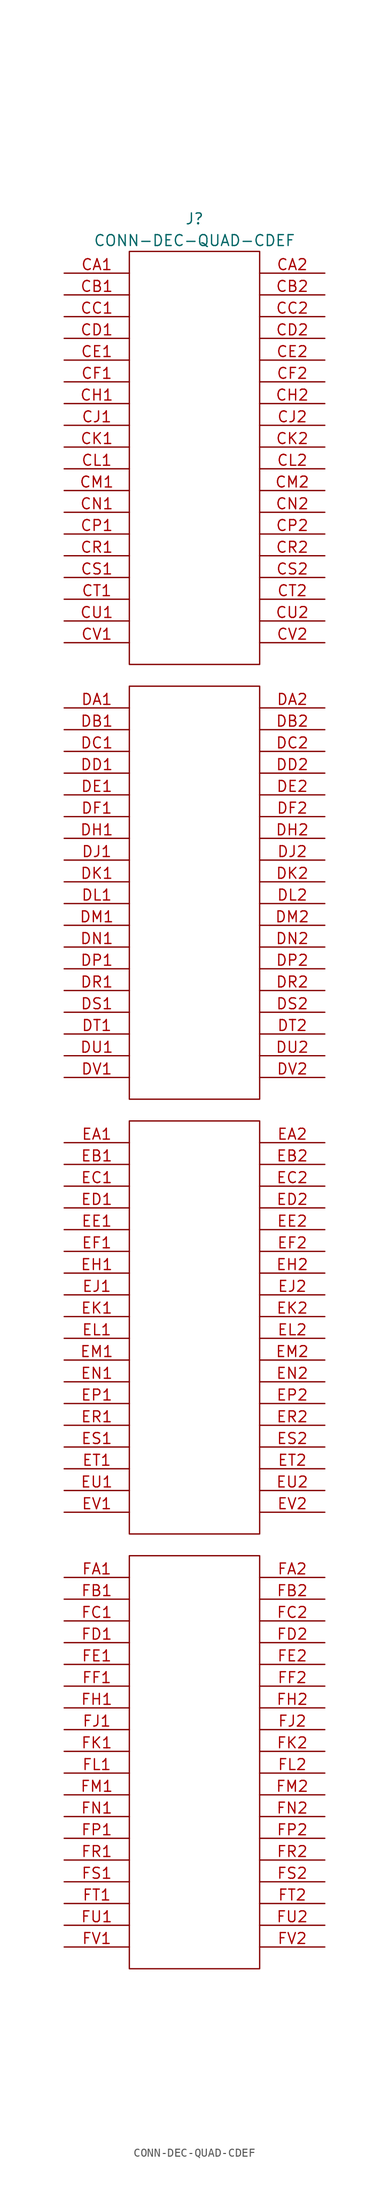
<source format=kicad_sym>
(kicad_symbol_lib
  (version 20231120)
  (generator "kicad_symbol_editor")
  (generator_version "8.0")
  (symbol "CONN-DEC-QUAD-CDEF"
    (pin_names
      (offset 1.016) hide)
    (property "Reference" "J"
      (at 0 26.67 0)
      (effects (font (size 1.27 1.27))))
    (property "Value" "CONN-DEC-QUAD-CDEF"
      (at 0 24.13 0)
      (effects (font (size 1.27 1.27))))
    (property "Footprint" ""
      (at -5.08 24.13 0)
      (effects (font (size 1.524 1.524))))
    (property "Datasheet" ""
      (at -5.08 24.13 0)
      (effects (font (size 1.524 1.524))))
    (symbol "CONN-DEC-QUAD-CDEF_0_0"
      (rectangle (start -7.62 -177.8) (end 7.62 -129.54) (stroke (width 0) (type solid)) (fill (type none)))
      (rectangle (start -7.62 -127) (end 7.62 -78.74) (stroke (width 0) (type solid)) (fill (type none)))
      (rectangle (start -7.62 -76.2) (end 7.62 -27.94) (stroke (width 0) (type solid)) (fill (type none)))
      (rectangle (start -7.62 -25.4) (end 7.62 22.86) (stroke (width 0) (type solid)) (fill (type none))))
    (symbol "CONN-DEC-QUAD-CDEF_1_1"
      (pin passive line (at -15.24 20.32 0) (length 7.62) (name "~" (effects (font (size 1.27 1.27)))) (number "CA1" (effects (font (size 1.27 1.27)))))
      (pin passive line (at 15.24 20.32 180) (length 7.62) (name "~" (effects (font (size 1.27 1.27)))) (number "CA2" (effects (font (size 1.27 1.27)))))
      (pin passive line (at -15.24 17.78 0) (length 7.62) (name "~" (effects (font (size 1.27 1.27)))) (number "CB1" (effects (font (size 1.27 1.27)))))
      (pin passive line (at 15.24 17.78 180) (length 7.62) (name "~" (effects (font (size 1.27 1.27)))) (number "CB2" (effects (font (size 1.27 1.27)))))
      (pin passive line (at -15.24 15.24 0) (length 7.62) (name "~" (effects (font (size 1.27 1.27)))) (number "CC1" (effects (font (size 1.27 1.27)))))
      (pin passive line (at 15.24 15.24 180) (length 7.62) (name "~" (effects (font (size 1.27 1.27)))) (number "CC2" (effects (font (size 1.27 1.27)))))
      (pin passive line (at -15.24 12.7 0) (length 7.62) (name "~" (effects (font (size 1.27 1.27)))) (number "CD1" (effects (font (size 1.27 1.27)))))
      (pin passive line (at 15.24 12.7 180) (length 7.62) (name "~" (effects (font (size 1.27 1.27)))) (number "CD2" (effects (font (size 1.27 1.27)))))
      (pin passive line (at -15.24 10.16 0) (length 7.62) (name "~" (effects (font (size 1.27 1.27)))) (number "CE1" (effects (font (size 1.27 1.27)))))
      (pin passive line (at 15.24 10.16 180) (length 7.62) (name "~" (effects (font (size 1.27 1.27)))) (number "CE2" (effects (font (size 1.27 1.27)))))
      (pin passive line (at -15.24 7.62 0) (length 7.62) (name "~" (effects (font (size 1.27 1.27)))) (number "CF1" (effects (font (size 1.27 1.27)))))
      (pin passive line (at 15.24 7.62 180) (length 7.62) (name "~" (effects (font (size 1.27 1.27)))) (number "CF2" (effects (font (size 1.27 1.27)))))
      (pin passive line (at -15.24 5.08 0) (length 7.62) (name "~" (effects (font (size 1.27 1.27)))) (number "CH1" (effects (font (size 1.27 1.27)))))
      (pin passive line (at 15.24 5.08 180) (length 7.62) (name "~" (effects (font (size 1.27 1.27)))) (number "CH2" (effects (font (size 1.27 1.27)))))
      (pin passive line (at -15.24 2.54 0) (length 7.62) (name "~" (effects (font (size 1.27 1.27)))) (number "CJ1" (effects (font (size 1.27 1.27)))))
      (pin input line (at 15.24 2.54 180) (length 7.62) (name "~" (effects (font (size 1.27 1.27)))) (number "CJ2" (effects (font (size 1.27 1.27)))))
      (pin passive line (at -15.24 0 0) (length 7.62) (name "~" (effects (font (size 1.27 1.27)))) (number "CK1" (effects (font (size 1.27 1.27)))))
      (pin passive line (at 15.24 0 180) (length 7.62) (name "~" (effects (font (size 1.27 1.27)))) (number "CK2" (effects (font (size 1.27 1.27)))))
      (pin passive line (at -15.24 -2.54 0) (length 7.62) (name "~" (effects (font (size 1.27 1.27)))) (number "CL1" (effects (font (size 1.27 1.27)))))
      (pin passive line (at 15.24 -2.54 180) (length 7.62) (name "~" (effects (font (size 1.27 1.27)))) (number "CL2" (effects (font (size 1.27 1.27)))))
      (pin passive line (at -15.24 -5.08 0) (length 7.62) (name "~" (effects (font (size 1.27 1.27)))) (number "CM1" (effects (font (size 1.27 1.27)))))
      (pin passive line (at 15.24 -5.08 180) (length 7.62) (name "~" (effects (font (size 1.27 1.27)))) (number "CM2" (effects (font (size 1.27 1.27)))))
      (pin passive line (at -15.24 -7.62 0) (length 7.62) (name "~" (effects (font (size 1.27 1.27)))) (number "CN1" (effects (font (size 1.27 1.27)))))
      (pin passive line (at 15.24 -7.62 180) (length 7.62) (name "~" (effects (font (size 1.27 1.27)))) (number "CN2" (effects (font (size 1.27 1.27)))))
      (pin passive line (at -15.24 -10.16 0) (length 7.62) (name "~" (effects (font (size 1.27 1.27)))) (number "CP1" (effects (font (size 1.27 1.27)))))
      (pin passive line (at 15.24 -10.16 180) (length 7.62) (name "~" (effects (font (size 1.27 1.27)))) (number "CP2" (effects (font (size 1.27 1.27)))))
      (pin passive line (at -15.24 -12.7 0) (length 7.62) (name "~" (effects (font (size 1.27 1.27)))) (number "CR1" (effects (font (size 1.27 1.27)))))
      (pin passive line (at 15.24 -12.7 180) (length 7.62) (name "~" (effects (font (size 1.27 1.27)))) (number "CR2" (effects (font (size 1.27 1.27)))))
      (pin passive line (at -15.24 -15.24 0) (length 7.62) (name "~" (effects (font (size 1.27 1.27)))) (number "CS1" (effects (font (size 1.27 1.27)))))
      (pin passive line (at 15.24 -15.24 180) (length 7.62) (name "~" (effects (font (size 1.27 1.27)))) (number "CS2" (effects (font (size 1.27 1.27)))))
      (pin passive line (at -15.24 -17.78 0) (length 7.62) (name "~" (effects (font (size 1.27 1.27)))) (number "CT1" (effects (font (size 1.27 1.27)))))
      (pin passive line (at 15.24 -17.78 180) (length 7.62) (name "~" (effects (font (size 1.27 1.27)))) (number "CT2" (effects (font (size 1.27 1.27)))))
      (pin passive line (at -15.24 -20.32 0) (length 7.62) (name "~" (effects (font (size 1.27 1.27)))) (number "CU1" (effects (font (size 1.27 1.27)))))
      (pin passive line (at 15.24 -20.32 180) (length 7.62) (name "~" (effects (font (size 1.27 1.27)))) (number "CU2" (effects (font (size 1.27 1.27)))))
      (pin passive line (at -15.24 -22.86 0) (length 7.62) (name "~" (effects (font (size 1.27 1.27)))) (number "CV1" (effects (font (size 1.27 1.27)))))
      (pin passive line (at 15.24 -22.86 180) (length 7.62) (name "~" (effects (font (size 1.27 1.27)))) (number "CV2" (effects (font (size 1.27 1.27)))))
      (pin passive line (at -15.24 -30.48 0) (length 7.62) (name "~" (effects (font (size 1.27 1.27)))) (number "DA1" (effects (font (size 1.27 1.27)))))
      (pin passive line (at 15.24 -30.48 180) (length 7.62) (name "~" (effects (font (size 1.27 1.27)))) (number "DA2" (effects (font (size 1.27 1.27)))))
      (pin passive line (at -15.24 -33.02 0) (length 7.62) (name "~" (effects (font (size 1.27 1.27)))) (number "DB1" (effects (font (size 1.27 1.27)))))
      (pin passive line (at 15.24 -33.02 180) (length 7.62) (name "~" (effects (font (size 1.27 1.27)))) (number "DB2" (effects (font (size 1.27 1.27)))))
      (pin passive line (at -15.24 -35.56 0) (length 7.62) (name "~" (effects (font (size 1.27 1.27)))) (number "DC1" (effects (font (size 1.27 1.27)))))
      (pin passive line (at 15.24 -35.56 180) (length 7.62) (name "~" (effects (font (size 1.27 1.27)))) (number "DC2" (effects (font (size 1.27 1.27)))))
      (pin passive line (at -15.24 -38.1 0) (length 7.62) (name "~" (effects (font (size 1.27 1.27)))) (number "DD1" (effects (font (size 1.27 1.27)))))
      (pin passive line (at 15.24 -38.1 180) (length 7.62) (name "~" (effects (font (size 1.27 1.27)))) (number "DD2" (effects (font (size 1.27 1.27)))))
      (pin passive line (at -15.24 -40.64 0) (length 7.62) (name "~" (effects (font (size 1.27 1.27)))) (number "DE1" (effects (font (size 1.27 1.27)))))
      (pin passive line (at 15.24 -40.64 180) (length 7.62) (name "~" (effects (font (size 1.27 1.27)))) (number "DE2" (effects (font (size 1.27 1.27)))))
      (pin passive line (at -15.24 -43.18 0) (length 7.62) (name "~" (effects (font (size 1.27 1.27)))) (number "DF1" (effects (font (size 1.27 1.27)))))
      (pin passive line (at 15.24 -43.18 180) (length 7.62) (name "~" (effects (font (size 1.27 1.27)))) (number "DF2" (effects (font (size 1.27 1.27)))))
      (pin passive line (at -15.24 -45.72 0) (length 7.62) (name "~" (effects (font (size 1.27 1.27)))) (number "DH1" (effects (font (size 1.27 1.27)))))
      (pin passive line (at 15.24 -45.72 180) (length 7.62) (name "~" (effects (font (size 1.27 1.27)))) (number "DH2" (effects (font (size 1.27 1.27)))))
      (pin passive line (at -15.24 -48.26 0) (length 7.62) (name "~" (effects (font (size 1.27 1.27)))) (number "DJ1" (effects (font (size 1.27 1.27)))))
      (pin passive line (at 15.24 -48.26 180) (length 7.62) (name "~" (effects (font (size 1.27 1.27)))) (number "DJ2" (effects (font (size 1.27 1.27)))))
      (pin passive line (at -15.24 -50.8 0) (length 7.62) (name "~" (effects (font (size 1.27 1.27)))) (number "DK1" (effects (font (size 1.27 1.27)))))
      (pin passive line (at 15.24 -50.8 180) (length 7.62) (name "~" (effects (font (size 1.27 1.27)))) (number "DK2" (effects (font (size 1.27 1.27)))))
      (pin passive line (at -15.24 -53.34 0) (length 7.62) (name "~" (effects (font (size 1.27 1.27)))) (number "DL1" (effects (font (size 1.27 1.27)))))
      (pin passive line (at 15.24 -53.34 180) (length 7.62) (name "~" (effects (font (size 1.27 1.27)))) (number "DL2" (effects (font (size 1.27 1.27)))))
      (pin passive line (at -15.24 -55.88 0) (length 7.62) (name "~" (effects (font (size 1.27 1.27)))) (number "DM1" (effects (font (size 1.27 1.27)))))
      (pin passive line (at 15.24 -55.88 180) (length 7.62) (name "~" (effects (font (size 1.27 1.27)))) (number "DM2" (effects (font (size 1.27 1.27)))))
      (pin passive line (at -15.24 -58.42 0) (length 7.62) (name "~" (effects (font (size 1.27 1.27)))) (number "DN1" (effects (font (size 1.27 1.27)))))
      (pin passive line (at 15.24 -58.42 180) (length 7.62) (name "~" (effects (font (size 1.27 1.27)))) (number "DN2" (effects (font (size 1.27 1.27)))))
      (pin passive line (at -15.24 -60.96 0) (length 7.62) (name "~" (effects (font (size 1.27 1.27)))) (number "DP1" (effects (font (size 1.27 1.27)))))
      (pin passive line (at 15.24 -60.96 180) (length 7.62) (name "~" (effects (font (size 1.27 1.27)))) (number "DP2" (effects (font (size 1.27 1.27)))))
      (pin passive line (at -15.24 -63.5 0) (length 7.62) (name "~" (effects (font (size 1.27 1.27)))) (number "DR1" (effects (font (size 1.27 1.27)))))
      (pin passive line (at 15.24 -63.5 180) (length 7.62) (name "~" (effects (font (size 1.27 1.27)))) (number "DR2" (effects (font (size 1.27 1.27)))))
      (pin passive line (at -15.24 -66.04 0) (length 7.62) (name "~" (effects (font (size 1.27 1.27)))) (number "DS1" (effects (font (size 1.27 1.27)))))
      (pin passive line (at 15.24 -66.04 180) (length 7.62) (name "~" (effects (font (size 1.27 1.27)))) (number "DS2" (effects (font (size 1.27 1.27)))))
      (pin passive line (at -15.24 -68.58 0) (length 7.62) (name "~" (effects (font (size 1.27 1.27)))) (number "DT1" (effects (font (size 1.27 1.27)))))
      (pin passive line (at 15.24 -68.58 180) (length 7.62) (name "~" (effects (font (size 1.27 1.27)))) (number "DT2" (effects (font (size 1.27 1.27)))))
      (pin passive line (at -15.24 -71.12 0) (length 7.62) (name "~" (effects (font (size 1.27 1.27)))) (number "DU1" (effects (font (size 1.27 1.27)))))
      (pin passive line (at 15.24 -71.12 180) (length 7.62) (name "~" (effects (font (size 1.27 1.27)))) (number "DU2" (effects (font (size 1.27 1.27)))))
      (pin passive line (at -15.24 -73.66 0) (length 7.62) (name "~" (effects (font (size 1.27 1.27)))) (number "DV1" (effects (font (size 1.27 1.27)))))
      (pin open_collector line (at 15.24 -73.66 180) (length 7.62) (name "~" (effects (font (size 1.27 1.27)))) (number "DV2" (effects (font (size 1.27 1.27)))))
      (pin passive line (at -15.24 -81.28 0) (length 7.62) (name "~" (effects (font (size 1.27 1.27)))) (number "EA1" (effects (font (size 1.27 1.27)))))
      (pin passive line (at 15.24 -81.28 180) (length 7.62) (name "~" (effects (font (size 1.27 1.27)))) (number "EA2" (effects (font (size 1.27 1.27)))))
      (pin passive line (at -15.24 -83.82 0) (length 7.62) (name "~" (effects (font (size 1.27 1.27)))) (number "EB1" (effects (font (size 1.27 1.27)))))
      (pin passive line (at 15.24 -83.82 180) (length 7.62) (name "~" (effects (font (size 1.27 1.27)))) (number "EB2" (effects (font (size 1.27 1.27)))))
      (pin passive line (at -15.24 -86.36 0) (length 7.62) (name "~" (effects (font (size 1.27 1.27)))) (number "EC1" (effects (font (size 1.27 1.27)))))
      (pin passive line (at 15.24 -86.36 180) (length 7.62) (name "~" (effects (font (size 1.27 1.27)))) (number "EC2" (effects (font (size 1.27 1.27)))))
      (pin passive line (at -15.24 -88.9 0) (length 7.62) (name "~" (effects (font (size 1.27 1.27)))) (number "ED1" (effects (font (size 1.27 1.27)))))
      (pin passive line (at 15.24 -88.9 180) (length 7.62) (name "~" (effects (font (size 1.27 1.27)))) (number "ED2" (effects (font (size 1.27 1.27)))))
      (pin passive line (at -15.24 -91.44 0) (length 7.62) (name "~" (effects (font (size 1.27 1.27)))) (number "EE1" (effects (font (size 1.27 1.27)))))
      (pin passive line (at 15.24 -91.44 180) (length 7.62) (name "~" (effects (font (size 1.27 1.27)))) (number "EE2" (effects (font (size 1.27 1.27)))))
      (pin passive line (at -15.24 -93.98 0) (length 7.62) (name "~" (effects (font (size 1.27 1.27)))) (number "EF1" (effects (font (size 1.27 1.27)))))
      (pin passive line (at 15.24 -93.98 180) (length 7.62) (name "~" (effects (font (size 1.27 1.27)))) (number "EF2" (effects (font (size 1.27 1.27)))))
      (pin passive line (at -15.24 -96.52 0) (length 7.62) (name "~" (effects (font (size 1.27 1.27)))) (number "EH1" (effects (font (size 1.27 1.27)))))
      (pin passive line (at 15.24 -96.52 180) (length 7.62) (name "~" (effects (font (size 1.27 1.27)))) (number "EH2" (effects (font (size 1.27 1.27)))))
      (pin passive line (at -15.24 -99.06 0) (length 7.62) (name "~" (effects (font (size 1.27 1.27)))) (number "EJ1" (effects (font (size 1.27 1.27)))))
      (pin input line (at 15.24 -99.06 180) (length 7.62) (name "~" (effects (font (size 1.27 1.27)))) (number "EJ2" (effects (font (size 1.27 1.27)))))
      (pin passive line (at -15.24 -101.6 0) (length 7.62) (name "~" (effects (font (size 1.27 1.27)))) (number "EK1" (effects (font (size 1.27 1.27)))))
      (pin passive line (at 15.24 -101.6 180) (length 7.62) (name "~" (effects (font (size 1.27 1.27)))) (number "EK2" (effects (font (size 1.27 1.27)))))
      (pin passive line (at -15.24 -104.14 0) (length 7.62) (name "~" (effects (font (size 1.27 1.27)))) (number "EL1" (effects (font (size 1.27 1.27)))))
      (pin passive line (at 15.24 -104.14 180) (length 7.62) (name "~" (effects (font (size 1.27 1.27)))) (number "EL2" (effects (font (size 1.27 1.27)))))
      (pin passive line (at -15.24 -106.68 0) (length 7.62) (name "~" (effects (font (size 1.27 1.27)))) (number "EM1" (effects (font (size 1.27 1.27)))))
      (pin passive line (at 15.24 -106.68 180) (length 7.62) (name "~" (effects (font (size 1.27 1.27)))) (number "EM2" (effects (font (size 1.27 1.27)))))
      (pin passive line (at -15.24 -109.22 0) (length 7.62) (name "~" (effects (font (size 1.27 1.27)))) (number "EN1" (effects (font (size 1.27 1.27)))))
      (pin passive line (at 15.24 -109.22 180) (length 7.62) (name "~" (effects (font (size 1.27 1.27)))) (number "EN2" (effects (font (size 1.27 1.27)))))
      (pin passive line (at -15.24 -111.76 0) (length 7.62) (name "~" (effects (font (size 1.27 1.27)))) (number "EP1" (effects (font (size 1.27 1.27)))))
      (pin passive line (at 15.24 -111.76 180) (length 7.62) (name "~" (effects (font (size 1.27 1.27)))) (number "EP2" (effects (font (size 1.27 1.27)))))
      (pin passive line (at -15.24 -114.3 0) (length 7.62) (name "~" (effects (font (size 1.27 1.27)))) (number "ER1" (effects (font (size 1.27 1.27)))))
      (pin passive line (at 15.24 -114.3 180) (length 7.62) (name "~" (effects (font (size 1.27 1.27)))) (number "ER2" (effects (font (size 1.27 1.27)))))
      (pin passive line (at -15.24 -116.84 0) (length 7.62) (name "~" (effects (font (size 1.27 1.27)))) (number "ES1" (effects (font (size 1.27 1.27)))))
      (pin passive line (at 15.24 -116.84 180) (length 7.62) (name "~" (effects (font (size 1.27 1.27)))) (number "ES2" (effects (font (size 1.27 1.27)))))
      (pin passive line (at -15.24 -119.38 0) (length 7.62) (name "~" (effects (font (size 1.27 1.27)))) (number "ET1" (effects (font (size 1.27 1.27)))))
      (pin passive line (at 15.24 -119.38 180) (length 7.62) (name "~" (effects (font (size 1.27 1.27)))) (number "ET2" (effects (font (size 1.27 1.27)))))
      (pin passive line (at -15.24 -121.92 0) (length 7.62) (name "~" (effects (font (size 1.27 1.27)))) (number "EU1" (effects (font (size 1.27 1.27)))))
      (pin passive line (at 15.24 -121.92 180) (length 7.62) (name "~" (effects (font (size 1.27 1.27)))) (number "EU2" (effects (font (size 1.27 1.27)))))
      (pin passive line (at -15.24 -124.46 0) (length 7.62) (name "~" (effects (font (size 1.27 1.27)))) (number "EV1" (effects (font (size 1.27 1.27)))))
      (pin passive line (at 15.24 -124.46 180) (length 7.62) (name "~" (effects (font (size 1.27 1.27)))) (number "EV2" (effects (font (size 1.27 1.27)))))
      (pin passive line (at -15.24 -132.08 0) (length 7.62) (name "~" (effects (font (size 1.27 1.27)))) (number "FA1" (effects (font (size 1.27 1.27)))))
      (pin passive line (at 15.24 -132.08 180) (length 7.62) (name "~" (effects (font (size 1.27 1.27)))) (number "FA2" (effects (font (size 1.27 1.27)))))
      (pin passive line (at -15.24 -134.62 0) (length 7.62) (name "~" (effects (font (size 1.27 1.27)))) (number "FB1" (effects (font (size 1.27 1.27)))))
      (pin passive line (at 15.24 -134.62 180) (length 7.62) (name "~" (effects (font (size 1.27 1.27)))) (number "FB2" (effects (font (size 1.27 1.27)))))
      (pin passive line (at -15.24 -137.16 0) (length 7.62) (name "~" (effects (font (size 1.27 1.27)))) (number "FC1" (effects (font (size 1.27 1.27)))))
      (pin passive line (at 15.24 -137.16 180) (length 7.62) (name "~" (effects (font (size 1.27 1.27)))) (number "FC2" (effects (font (size 1.27 1.27)))))
      (pin passive line (at -15.24 -139.7 0) (length 7.62) (name "~" (effects (font (size 1.27 1.27)))) (number "FD1" (effects (font (size 1.27 1.27)))))
      (pin passive line (at 15.24 -139.7 180) (length 7.62) (name "~" (effects (font (size 1.27 1.27)))) (number "FD2" (effects (font (size 1.27 1.27)))))
      (pin passive line (at -15.24 -142.24 0) (length 7.62) (name "~" (effects (font (size 1.27 1.27)))) (number "FE1" (effects (font (size 1.27 1.27)))))
      (pin passive line (at 15.24 -142.24 180) (length 7.62) (name "~" (effects (font (size 1.27 1.27)))) (number "FE2" (effects (font (size 1.27 1.27)))))
      (pin passive line (at -15.24 -144.78 0) (length 7.62) (name "~" (effects (font (size 1.27 1.27)))) (number "FF1" (effects (font (size 1.27 1.27)))))
      (pin passive line (at 15.24 -144.78 180) (length 7.62) (name "~" (effects (font (size 1.27 1.27)))) (number "FF2" (effects (font (size 1.27 1.27)))))
      (pin passive line (at -15.24 -147.32 0) (length 7.62) (name "~" (effects (font (size 1.27 1.27)))) (number "FH1" (effects (font (size 1.27 1.27)))))
      (pin passive line (at 15.24 -147.32 180) (length 7.62) (name "~" (effects (font (size 1.27 1.27)))) (number "FH2" (effects (font (size 1.27 1.27)))))
      (pin passive line (at -15.24 -149.86 0) (length 7.62) (name "~" (effects (font (size 1.27 1.27)))) (number "FJ1" (effects (font (size 1.27 1.27)))))
      (pin passive line (at 15.24 -149.86 180) (length 7.62) (name "~" (effects (font (size 1.27 1.27)))) (number "FJ2" (effects (font (size 1.27 1.27)))))
      (pin passive line (at -15.24 -152.4 0) (length 7.62) (name "~" (effects (font (size 1.27 1.27)))) (number "FK1" (effects (font (size 1.27 1.27)))))
      (pin passive line (at 15.24 -152.4 180) (length 7.62) (name "~" (effects (font (size 1.27 1.27)))) (number "FK2" (effects (font (size 1.27 1.27)))))
      (pin passive line (at -15.24 -154.94 0) (length 7.62) (name "~" (effects (font (size 1.27 1.27)))) (number "FL1" (effects (font (size 1.27 1.27)))))
      (pin passive line (at 15.24 -154.94 180) (length 7.62) (name "~" (effects (font (size 1.27 1.27)))) (number "FL2" (effects (font (size 1.27 1.27)))))
      (pin passive line (at -15.24 -157.48 0) (length 7.62) (name "~" (effects (font (size 1.27 1.27)))) (number "FM1" (effects (font (size 1.27 1.27)))))
      (pin passive line (at 15.24 -157.48 180) (length 7.62) (name "~" (effects (font (size 1.27 1.27)))) (number "FM2" (effects (font (size 1.27 1.27)))))
      (pin passive line (at -15.24 -160.02 0) (length 7.62) (name "~" (effects (font (size 1.27 1.27)))) (number "FN1" (effects (font (size 1.27 1.27)))))
      (pin passive line (at 15.24 -160.02 180) (length 7.62) (name "~" (effects (font (size 1.27 1.27)))) (number "FN2" (effects (font (size 1.27 1.27)))))
      (pin passive line (at -15.24 -162.56 0) (length 7.62) (name "~" (effects (font (size 1.27 1.27)))) (number "FP1" (effects (font (size 1.27 1.27)))))
      (pin passive line (at 15.24 -162.56 180) (length 7.62) (name "~" (effects (font (size 1.27 1.27)))) (number "FP2" (effects (font (size 1.27 1.27)))))
      (pin passive line (at -15.24 -165.1 0) (length 7.62) (name "~" (effects (font (size 1.27 1.27)))) (number "FR1" (effects (font (size 1.27 1.27)))))
      (pin passive line (at 15.24 -165.1 180) (length 7.62) (name "~" (effects (font (size 1.27 1.27)))) (number "FR2" (effects (font (size 1.27 1.27)))))
      (pin passive line (at -15.24 -167.64 0) (length 7.62) (name "~" (effects (font (size 1.27 1.27)))) (number "FS1" (effects (font (size 1.27 1.27)))))
      (pin passive line (at 15.24 -167.64 180) (length 7.62) (name "~" (effects (font (size 1.27 1.27)))) (number "FS2" (effects (font (size 1.27 1.27)))))
      (pin passive line (at -15.24 -170.18 0) (length 7.62) (name "~" (effects (font (size 1.27 1.27)))) (number "FT1" (effects (font (size 1.27 1.27)))))
      (pin passive line (at 15.24 -170.18 180) (length 7.62) (name "~" (effects (font (size 1.27 1.27)))) (number "FT2" (effects (font (size 1.27 1.27)))))
      (pin passive line (at -15.24 -172.72 0) (length 7.62) (name "~" (effects (font (size 1.27 1.27)))) (number "FU1" (effects (font (size 1.27 1.27)))))
      (pin passive line (at 15.24 -172.72 180) (length 7.62) (name "~" (effects (font (size 1.27 1.27)))) (number "FU2" (effects (font (size 1.27 1.27)))))
      (pin passive line (at -15.24 -175.26 0) (length 7.62) (name "~" (effects (font (size 1.27 1.27)))) (number "FV1" (effects (font (size 1.27 1.27)))))
      (pin open_collector line (at 15.24 -175.26 180) (length 7.62) (name "~" (effects (font (size 1.27 1.27)))) (number "FV2" (effects (font (size 1.27 1.27))))))))
</source>
